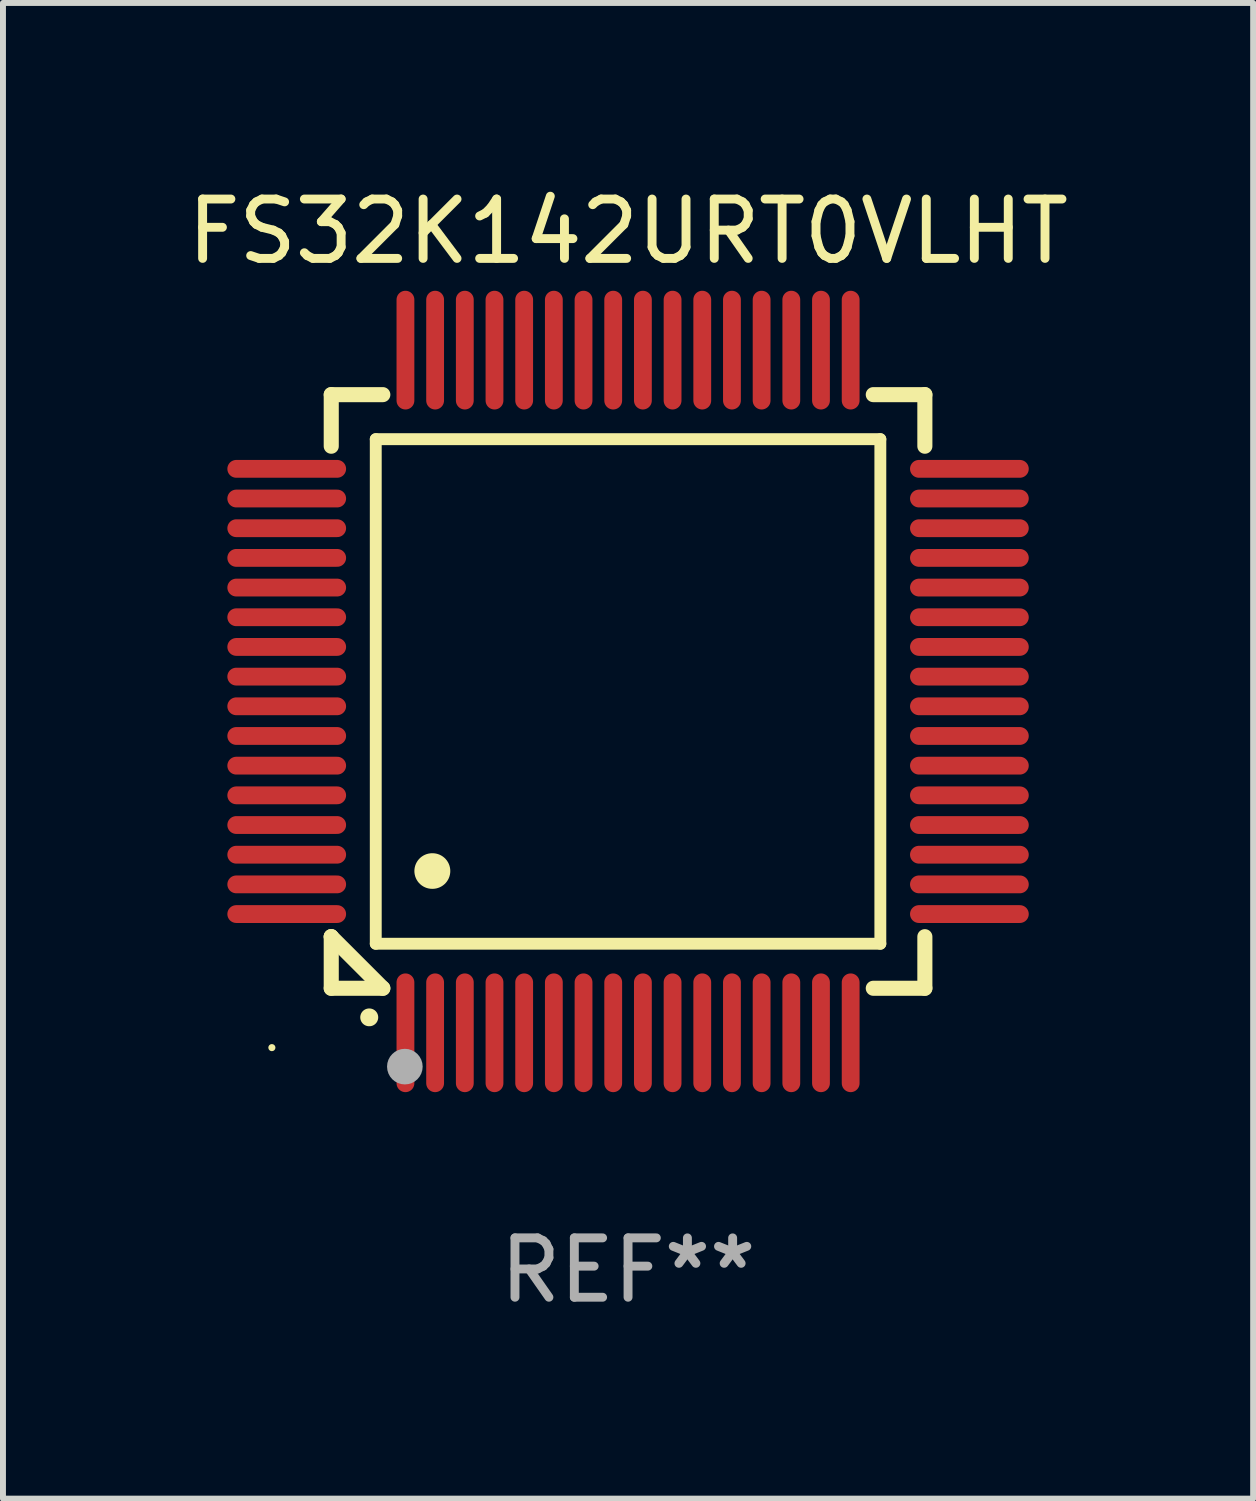
<source format=kicad_pcb>
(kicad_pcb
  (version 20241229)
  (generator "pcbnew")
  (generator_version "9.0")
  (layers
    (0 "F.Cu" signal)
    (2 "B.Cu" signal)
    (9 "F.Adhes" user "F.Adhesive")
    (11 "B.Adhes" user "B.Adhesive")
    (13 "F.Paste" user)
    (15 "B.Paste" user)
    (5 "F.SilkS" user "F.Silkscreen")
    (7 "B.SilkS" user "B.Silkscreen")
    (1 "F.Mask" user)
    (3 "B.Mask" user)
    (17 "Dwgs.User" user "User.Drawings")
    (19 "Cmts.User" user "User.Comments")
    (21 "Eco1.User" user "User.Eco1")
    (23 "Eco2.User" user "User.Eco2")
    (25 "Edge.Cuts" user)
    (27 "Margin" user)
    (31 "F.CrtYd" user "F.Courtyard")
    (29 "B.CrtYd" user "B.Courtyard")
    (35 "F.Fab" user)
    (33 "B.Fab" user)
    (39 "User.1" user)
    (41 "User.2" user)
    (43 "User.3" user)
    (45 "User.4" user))
  (footprint "FS32K142URT0VLHT"
    (layer "F.Cu")
    (at 7.53 8.598)
    (property "Reference" "FS32K142URT0VLHT" (at 0 -7.75 0) (layer "F.SilkS") (effects (font (size 1 1) (thickness 0.15))))
    (attr through_hole)
    (fp_line (start -5 -5) (end -4.131 -5) (stroke (width 0.254) (type solid)) (layer "F.SilkS"))
    (fp_line (start -5 -4.131) (end -5 -5) (stroke (width 0.254) (type solid)) (layer "F.SilkS"))
    (fp_line (start -5 4.131) (end -5 4.131) (stroke (width 0.254) (type solid)) (layer "F.SilkS"))
    (fp_line (start -5 5) (end -5 4.131) (stroke (width 0.254) (type solid)) (layer "F.SilkS"))
    (fp_line (start -5 4.131) (end -4.131 5) (stroke (width 0.254) (type solid)) (layer "F.SilkS"))
    (fp_line (start -4.25 -4.25) (end -4.25 4.25) (stroke (width 0.2) (type solid)) (layer "F.SilkS"))
    (fp_line (start -4.25 4.25) (end 4.25 4.25) (stroke (width 0.2) (type solid)) (layer "F.SilkS"))
    (fp_line (start -4.131 5) (end -5 5) (stroke (width 0.254) (type solid)) (layer "F.SilkS"))
    (fp_line (start 4.25 -4.25) (end -4.25 -4.25) (stroke (width 0.2) (type solid)) (layer "F.SilkS"))
    (fp_line (start 4.25 4.25) (end 4.25 -4.25) (stroke (width 0.2) (type solid)) (layer "F.SilkS"))
    (fp_line (start 5 -5) (end 4.131 -5) (stroke (width 0.254) (type solid)) (layer "F.SilkS"))
    (fp_line (start 5 -5) (end 5 -4.131) (stroke (width 0.254) (type solid)) (layer "F.SilkS"))
    (fp_line (start 5 4.131) (end 5 5) (stroke (width 0.254) (type solid)) (layer "F.SilkS"))
    (fp_line (start 5 5) (end 4.131 5) (stroke (width 0.254) (type solid)) (layer "F.SilkS"))
    (fp_arc (start -4.361265 5.489992) (mid -4.359995 5.489987) (end -4.358725 5.489992) (stroke (width 0.3) (type solid)) (layer "F.SilkS"))
    (fp_arc (start -3.299467 3.025146) (mid -3.296927 3.025135) (end -3.294387 3.025146) (stroke (width 0.6) (type solid)) (layer "F.SilkS"))
    (fp_circle (center -6 6) (end -5.97 6) (stroke (width 0.06) (type solid)) (fill no) (layer "F.SilkS"))
    (fp_circle (center -3.76 6.32) (end -3.61 6.32) (stroke (width 0.3) (type solid)) (fill no) (layer "F.Fab"))
    (fp_text user "REF**" (at 0 9.75 0) (layer "F.Fab") (effects (font (size 1 1) (thickness 0.15))))
    (pad "1" smd oval (at -3.75 5.75) (size 0.3 2) (layers "F.Cu" "F.Mask" "F.Paste"))
    (pad "2" smd oval (at -3.25 5.75) (size 0.3 2) (layers "F.Cu" "F.Mask" "F.Paste"))
    (pad "3" smd oval (at -2.75 5.75) (size 0.3 2) (layers "F.Cu" "F.Mask" "F.Paste"))
    (pad "4" smd oval (at -2.25 5.75) (size 0.3 2) (layers "F.Cu" "F.Mask" "F.Paste"))
    (pad "5" smd oval (at -1.75 5.75) (size 0.3 2) (layers "F.Cu" "F.Mask" "F.Paste"))
    (pad "6" smd oval (at -1.25 5.75) (size 0.3 2) (layers "F.Cu" "F.Mask" "F.Paste"))
    (pad "7" smd oval (at -0.75 5.75) (size 0.3 2) (layers "F.Cu" "F.Mask" "F.Paste"))
    (pad "8" smd oval (at -0.25 5.75) (size 0.3 2) (layers "F.Cu" "F.Mask" "F.Paste"))
    (pad "9" smd oval (at 0.25 5.75) (size 0.3 2) (layers "F.Cu" "F.Mask" "F.Paste"))
    (pad "10" smd oval (at 0.75 5.75) (size 0.3 2) (layers "F.Cu" "F.Mask" "F.Paste"))
    (pad "11" smd oval (at 1.25 5.75) (size 0.3 2) (layers "F.Cu" "F.Mask" "F.Paste"))
    (pad "12" smd oval (at 1.75 5.75) (size 0.3 2) (layers "F.Cu" "F.Mask" "F.Paste"))
    (pad "13" smd oval (at 2.25 5.75) (size 0.3 2) (layers "F.Cu" "F.Mask" "F.Paste"))
    (pad "14" smd oval (at 2.75 5.75) (size 0.3 2) (layers "F.Cu" "F.Mask" "F.Paste"))
    (pad "15" smd oval (at 3.25 5.75) (size 0.3 2) (layers "F.Cu" "F.Mask" "F.Paste"))
    (pad "16" smd oval (at 3.75 5.75) (size 0.3 2) (layers "F.Cu" "F.Mask" "F.Paste"))
    (pad "17" smd oval (at 5.75 3.75) (size 2 0.3) (layers "F.Cu" "F.Mask" "F.Paste"))
    (pad "18" smd oval (at 5.75 3.25) (size 2 0.3) (layers "F.Cu" "F.Mask" "F.Paste"))
    (pad "19" smd oval (at 5.75 2.75) (size 2 0.3) (layers "F.Cu" "F.Mask" "F.Paste"))
    (pad "20" smd oval (at 5.75 2.25) (size 2 0.3) (layers "F.Cu" "F.Mask" "F.Paste"))
    (pad "21" smd oval (at 5.75 1.75) (size 2 0.3) (layers "F.Cu" "F.Mask" "F.Paste"))
    (pad "22" smd oval (at 5.75 1.25) (size 2 0.3) (layers "F.Cu" "F.Mask" "F.Paste"))
    (pad "23" smd oval (at 5.75 0.75) (size 2 0.3) (layers "F.Cu" "F.Mask" "F.Paste"))
    (pad "24" smd oval (at 5.75 0.25) (size 2 0.3) (layers "F.Cu" "F.Mask" "F.Paste"))
    (pad "25" smd oval (at 5.75 -0.25) (size 2 0.3) (layers "F.Cu" "F.Mask" "F.Paste"))
    (pad "26" smd oval (at 5.75 -0.75) (size 2 0.3) (layers "F.Cu" "F.Mask" "F.Paste"))
    (pad "27" smd oval (at 5.75 -1.25) (size 2 0.3) (layers "F.Cu" "F.Mask" "F.Paste"))
    (pad "28" smd oval (at 5.75 -1.75) (size 2 0.3) (layers "F.Cu" "F.Mask" "F.Paste"))
    (pad "29" smd oval (at 5.75 -2.25) (size 2 0.3) (layers "F.Cu" "F.Mask" "F.Paste"))
    (pad "30" smd oval (at 5.75 -2.75) (size 2 0.3) (layers "F.Cu" "F.Mask" "F.Paste"))
    (pad "31" smd oval (at 5.75 -3.25) (size 2 0.3) (layers "F.Cu" "F.Mask" "F.Paste"))
    (pad "32" smd oval (at 5.75 -3.75) (size 2 0.3) (layers "F.Cu" "F.Mask" "F.Paste"))
    (pad "33" smd oval (at 3.75 -5.75) (size 0.3 2) (layers "F.Cu" "F.Mask" "F.Paste"))
    (pad "34" smd oval (at 3.25 -5.75) (size 0.3 2) (layers "F.Cu" "F.Mask" "F.Paste"))
    (pad "35" smd oval (at 2.75 -5.75) (size 0.3 2) (layers "F.Cu" "F.Mask" "F.Paste"))
    (pad "36" smd oval (at 2.25 -5.75) (size 0.3 2) (layers "F.Cu" "F.Mask" "F.Paste"))
    (pad "37" smd oval (at 1.75 -5.75) (size 0.3 2) (layers "F.Cu" "F.Mask" "F.Paste"))
    (pad "38" smd oval (at 1.25 -5.75) (size 0.3 2) (layers "F.Cu" "F.Mask" "F.Paste"))
    (pad "39" smd oval (at 0.75 -5.75) (size 0.3 2) (layers "F.Cu" "F.Mask" "F.Paste"))
    (pad "40" smd oval (at 0.25 -5.75) (size 0.3 2) (layers "F.Cu" "F.Mask" "F.Paste"))
    (pad "41" smd oval (at -0.25 -5.75) (size 0.3 2) (layers "F.Cu" "F.Mask" "F.Paste"))
    (pad "42" smd oval (at -0.75 -5.75) (size 0.3 2) (layers "F.Cu" "F.Mask" "F.Paste"))
    (pad "43" smd oval (at -1.25 -5.75) (size 0.3 2) (layers "F.Cu" "F.Mask" "F.Paste"))
    (pad "44" smd oval (at -1.75 -5.75) (size 0.3 2) (layers "F.Cu" "F.Mask" "F.Paste"))
    (pad "45" smd oval (at -2.25 -5.75) (size 0.3 2) (layers "F.Cu" "F.Mask" "F.Paste"))
    (pad "46" smd oval (at -2.75 -5.75) (size 0.3 2) (layers "F.Cu" "F.Mask" "F.Paste"))
    (pad "47" smd oval (at -3.25 -5.75) (size 0.3 2) (layers "F.Cu" "F.Mask" "F.Paste"))
    (pad "48" smd oval (at -3.75 -5.75) (size 0.3 2) (layers "F.Cu" "F.Mask" "F.Paste"))
    (pad "49" smd oval (at -5.75 -3.75) (size 2 0.3) (layers "F.Cu" "F.Mask" "F.Paste"))
    (pad "50" smd oval (at -5.75 -3.25) (size 2 0.3) (layers "F.Cu" "F.Mask" "F.Paste"))
    (pad "51" smd oval (at -5.75 -2.75) (size 2 0.3) (layers "F.Cu" "F.Mask" "F.Paste"))
    (pad "52" smd oval (at -5.75 -2.25) (size 2 0.3) (layers "F.Cu" "F.Mask" "F.Paste"))
    (pad "53" smd oval (at -5.75 -1.75) (size 2 0.3) (layers "F.Cu" "F.Mask" "F.Paste"))
    (pad "54" smd oval (at -5.75 -1.25) (size 2 0.3) (layers "F.Cu" "F.Mask" "F.Paste"))
    (pad "55" smd oval (at -5.75 -0.75) (size 2 0.3) (layers "F.Cu" "F.Mask" "F.Paste"))
    (pad "56" smd oval (at -5.75 -0.25) (size 2 0.3) (layers "F.Cu" "F.Mask" "F.Paste"))
    (pad "57" smd oval (at -5.75 0.25) (size 2 0.3) (layers "F.Cu" "F.Mask" "F.Paste"))
    (pad "58" smd oval (at -5.75 0.75) (size 2 0.3) (layers "F.Cu" "F.Mask" "F.Paste"))
    (pad "59" smd oval (at -5.75 1.25) (size 2 0.3) (layers "F.Cu" "F.Mask" "F.Paste"))
    (pad "60" smd oval (at -5.75 1.75) (size 2 0.3) (layers "F.Cu" "F.Mask" "F.Paste"))
    (pad "61" smd oval (at -5.75 2.25) (size 2 0.3) (layers "F.Cu" "F.Mask" "F.Paste"))
    (pad "62" smd oval (at -5.75 2.75) (size 2 0.3) (layers "F.Cu" "F.Mask" "F.Paste"))
    (pad "63" smd oval (at -5.75 3.25) (size 2 0.3) (layers "F.Cu" "F.Mask" "F.Paste"))
    (pad "64" smd oval (at -5.75 3.75) (size 2 0.3) (layers "F.Cu" "F.Mask" "F.Paste")))
  (gr_rect
    (start -3 -3)
    (end 18.06 22.196)
    (stroke (width 0.1) (type default))
    (fill no)
    (layer "Edge.Cuts")))
</source>
